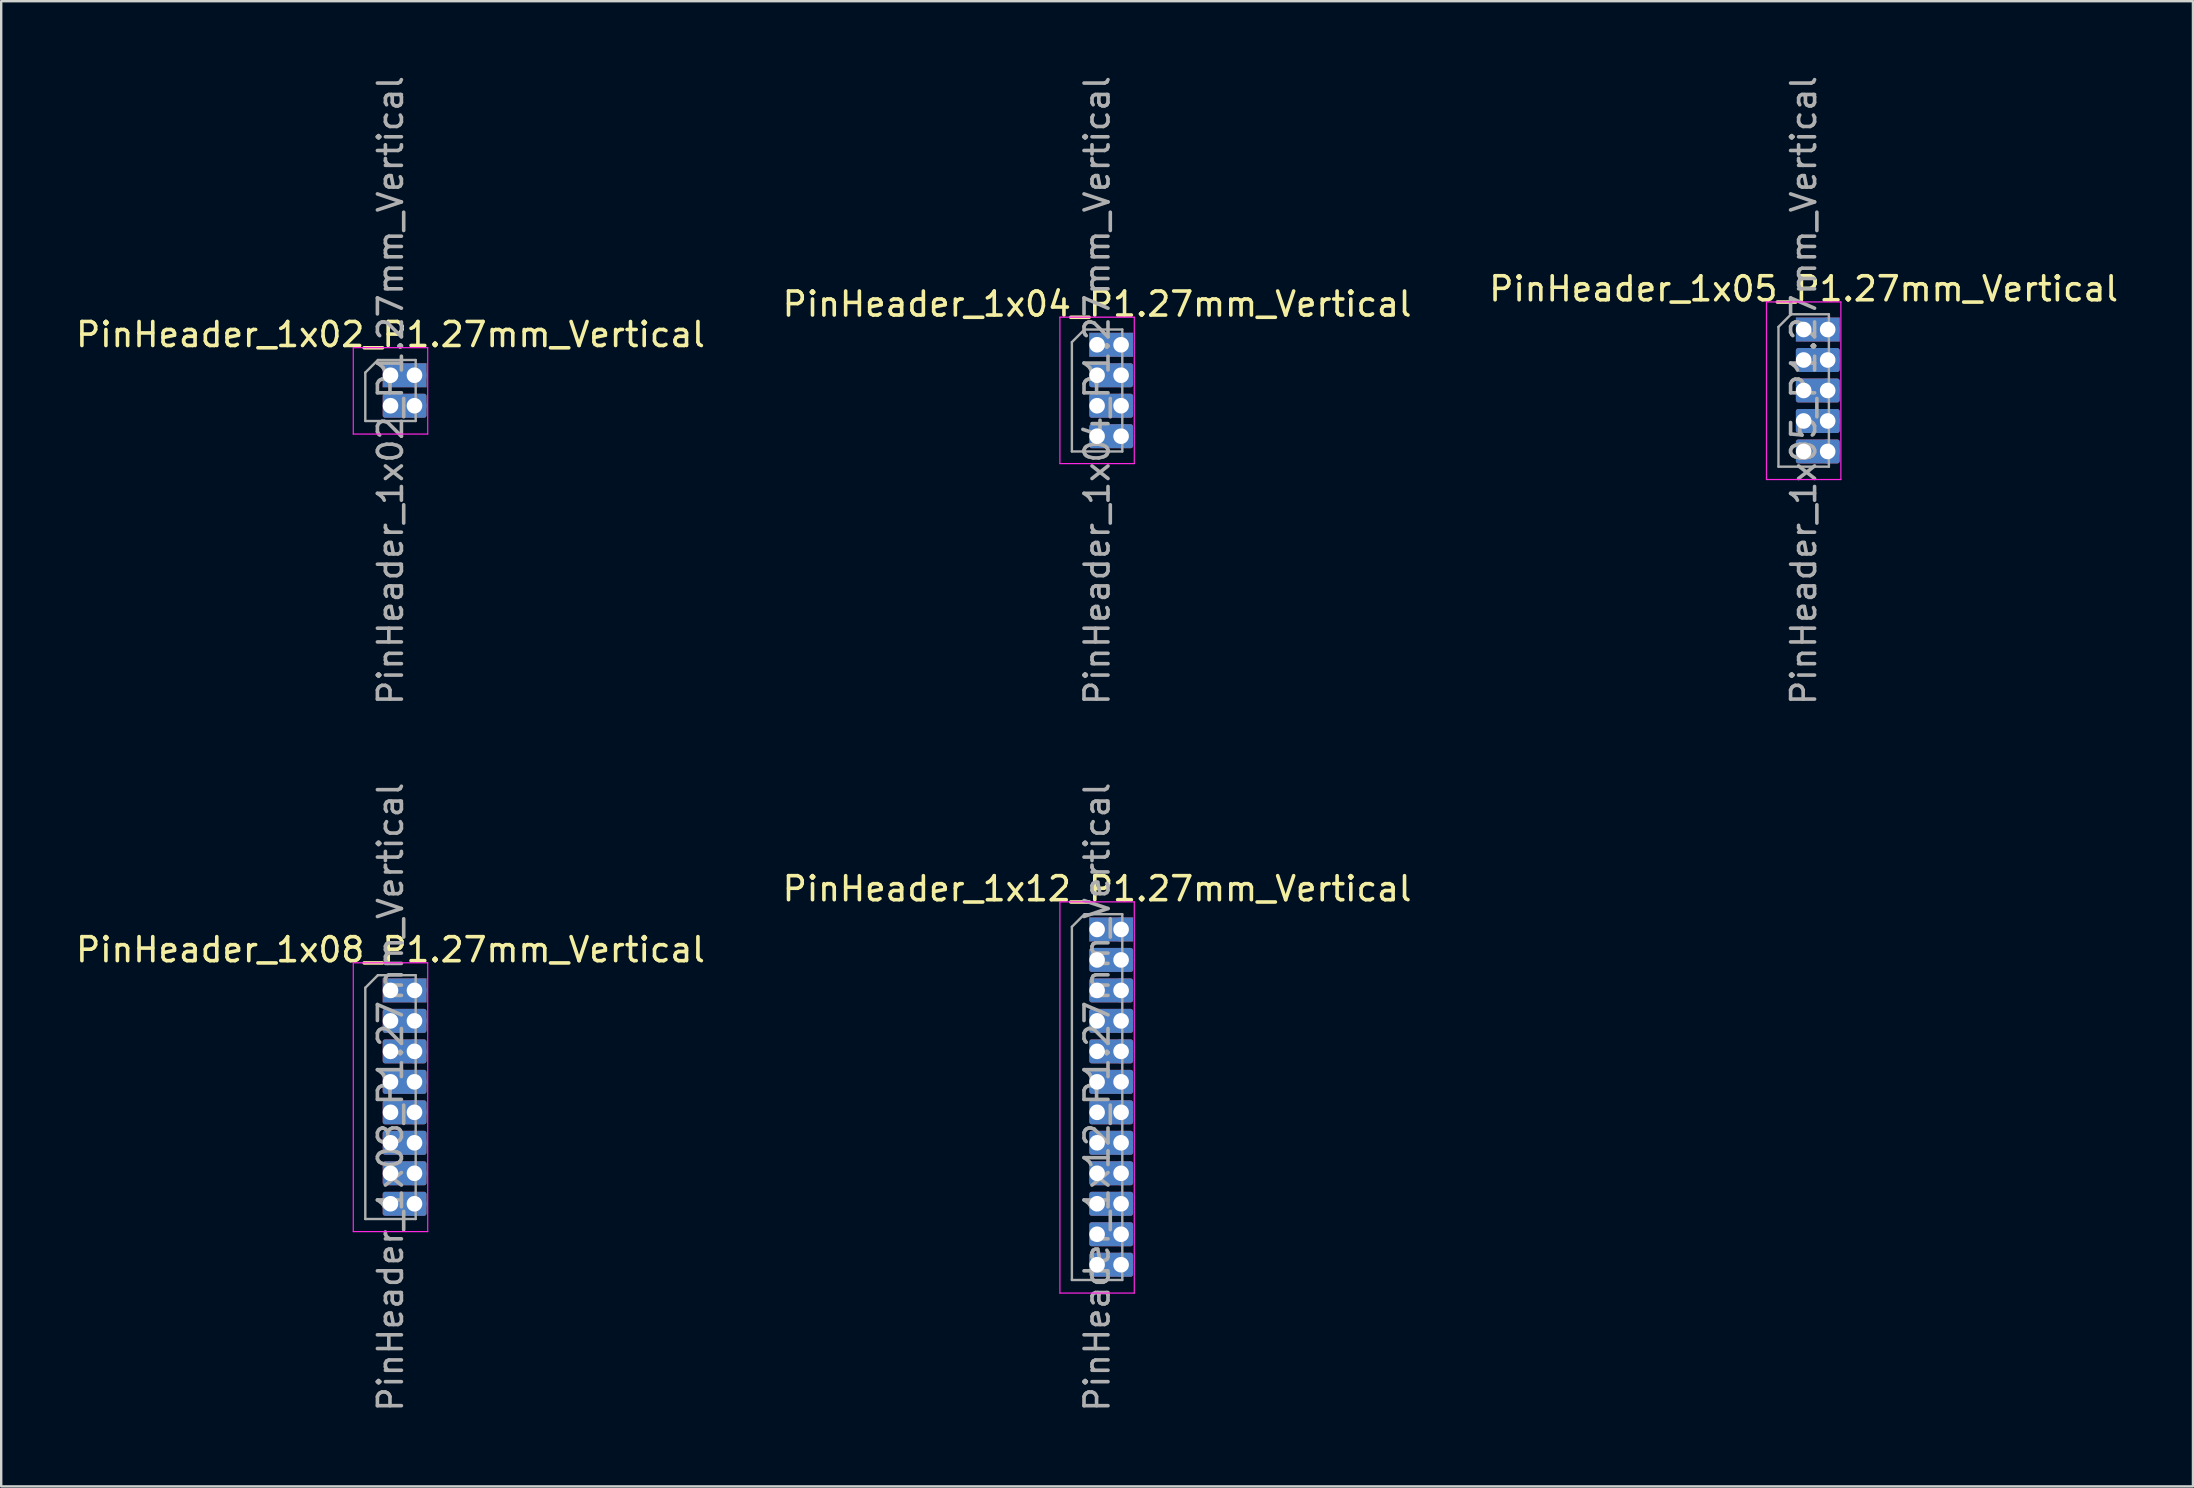
<source format=kicad_pcb>
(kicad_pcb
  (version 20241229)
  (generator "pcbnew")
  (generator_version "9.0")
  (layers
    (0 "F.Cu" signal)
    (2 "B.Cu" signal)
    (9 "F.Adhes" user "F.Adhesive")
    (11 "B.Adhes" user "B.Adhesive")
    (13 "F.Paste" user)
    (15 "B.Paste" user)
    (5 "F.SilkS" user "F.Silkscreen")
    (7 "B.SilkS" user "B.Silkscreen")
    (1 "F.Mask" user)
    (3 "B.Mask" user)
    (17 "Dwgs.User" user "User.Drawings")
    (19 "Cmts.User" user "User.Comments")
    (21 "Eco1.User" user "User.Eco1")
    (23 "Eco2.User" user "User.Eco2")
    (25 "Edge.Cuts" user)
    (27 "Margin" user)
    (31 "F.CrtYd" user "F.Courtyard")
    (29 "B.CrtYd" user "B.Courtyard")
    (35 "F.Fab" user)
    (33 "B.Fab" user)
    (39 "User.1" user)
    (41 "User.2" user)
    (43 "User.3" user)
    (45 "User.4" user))
  (footprint "PinHeader_1x05_P1.27mm_Vertical"
    (layer "F.Cu")
    (at 72.101 10.68)
    (property "Reference" "PinHeader_1x05_P1.27mm_Vertical" (at 0 -1.695 0) (layer "F.SilkS") (effects (font (size 1 1) (thickness 0.15))))
    (attr through_hole)
    (fp_line (start -1.55 -1.15) (end -1.55 6.25) (stroke (width 0.05) (type solid)) (layer "F.CrtYd"))
    (fp_line (start -1.55 6.25) (end 1.55 6.25) (stroke (width 0.05) (type solid)) (layer "F.CrtYd"))
    (fp_line (start 1.55 -1.15) (end -1.55 -1.15) (stroke (width 0.05) (type solid)) (layer "F.CrtYd"))
    (fp_line (start 1.55 6.25) (end 1.55 -1.15) (stroke (width 0.05) (type solid)) (layer "F.CrtYd"))
    (fp_line (start -1.05 -0.11) (end -0.525 -0.635) (stroke (width 0.1) (type solid)) (layer "F.Fab"))
    (fp_line (start -1.05 5.715) (end -1.05 -0.11) (stroke (width 0.1) (type solid)) (layer "F.Fab"))
    (fp_line (start -0.525 -0.635) (end 1.05 -0.635) (stroke (width 0.1) (type solid)) (layer "F.Fab"))
    (fp_line (start 1.05 -0.635) (end 1.05 5.715) (stroke (width 0.1) (type solid)) (layer "F.Fab"))
    (fp_line (start 1.05 5.715) (end -1.05 5.715) (stroke (width 0.1) (type solid)) (layer "F.Fab"))
    (fp_text user "${REFERENCE}" (at 0 2.54 90) (layer "F.Fab") (effects (font (size 1 1) (thickness 0.15))))
    (pad "1" thru_hole rect (at 0 0) (size 1.825 1) (drill 0.65 (offset 0.588 0)) (property pad_prop_castellated) (layers "*.Cu" "*.Mask"))
    (pad "1" thru_hole circle (at 1 0) (size 1 1) (drill 0.65) (layers "*.Cu" "*.Mask"))
    (pad "2" thru_hole roundrect (at 0 1.27) (size 1.825 1) (drill 0.65 (offset 0.588 0)) (property pad_prop_castellated) (layers "*.Cu" "*.Mask") (roundrect_rratio 0.1))
    (pad "2" thru_hole circle (at 1 1.27) (size 1 1) (drill 0.65) (layers "*.Cu" "*.Mask"))
    (pad "3" thru_hole roundrect (at 0 2.54) (size 1.825 1) (drill 0.65 (offset 0.588 0)) (property pad_prop_castellated) (layers "*.Cu" "*.Mask") (roundrect_rratio 0.1))
    (pad "3" thru_hole circle (at 1 2.54) (size 1 1) (drill 0.65) (layers "*.Cu" "*.Mask"))
    (pad "4" thru_hole roundrect (at 0 3.81) (size 1.825 1) (drill 0.65 (offset 0.588 0)) (property pad_prop_castellated) (layers "*.Cu" "*.Mask") (roundrect_rratio 0.1))
    (pad "4" thru_hole circle (at 1 3.81) (size 1 1) (drill 0.65) (layers "*.Cu" "*.Mask"))
    (pad "5" thru_hole roundrect (at 0 5.08) (size 1.825 1) (drill 0.65 (offset 0.588 0)) (property pad_prop_castellated) (layers "*.Cu" "*.Mask") (roundrect_rratio 0.1))
    (pad "5" thru_hole circle (at 1 5.08) (size 1 1) (drill 0.65) (layers "*.Cu" "*.Mask")))
  (footprint "PinHeader_1x08_P1.27mm_Vertical"
    (layer "F.Cu")
    (at 13.22 38.216)
    (property "Reference" "PinHeader_1x08_P1.27mm_Vertical" (at 0 -1.695 0) (layer "F.SilkS") (effects (font (size 1 1) (thickness 0.15))))
    (attr through_hole)
    (fp_line (start -1.55 -1.15) (end -1.55 10.05) (stroke (width 0.05) (type solid)) (layer "F.CrtYd"))
    (fp_line (start -1.55 10.05) (end 1.55 10.05) (stroke (width 0.05) (type solid)) (layer "F.CrtYd"))
    (fp_line (start 1.55 -1.15) (end -1.55 -1.15) (stroke (width 0.05) (type solid)) (layer "F.CrtYd"))
    (fp_line (start 1.55 10.05) (end 1.55 -1.15) (stroke (width 0.05) (type solid)) (layer "F.CrtYd"))
    (fp_line (start -1.05 -0.11) (end -0.525 -0.635) (stroke (width 0.1) (type solid)) (layer "F.Fab"))
    (fp_line (start -1.05 9.525) (end -1.05 -0.11) (stroke (width 0.1) (type solid)) (layer "F.Fab"))
    (fp_line (start -0.525 -0.635) (end 1.05 -0.635) (stroke (width 0.1) (type solid)) (layer "F.Fab"))
    (fp_line (start 1.05 -0.635) (end 1.05 9.525) (stroke (width 0.1) (type solid)) (layer "F.Fab"))
    (fp_line (start 1.05 9.525) (end -1.05 9.525) (stroke (width 0.1) (type solid)) (layer "F.Fab"))
    (fp_text user "${REFERENCE}" (at 0 4.445 90) (layer "F.Fab") (effects (font (size 1 1) (thickness 0.15))))
    (pad "1" thru_hole rect (at 0 0) (size 1.825 1) (drill 0.65 (offset 0.588 0)) (property pad_prop_castellated) (layers "*.Cu" "*.Mask"))
    (pad "1" thru_hole circle (at 1 0) (size 1 1) (drill 0.65) (layers "*.Cu" "*.Mask"))
    (pad "2" thru_hole roundrect (at 0 1.27) (size 1.825 1) (drill 0.65 (offset 0.588 0)) (property pad_prop_castellated) (layers "*.Cu" "*.Mask") (roundrect_rratio 0.1))
    (pad "2" thru_hole circle (at 1 1.27) (size 1 1) (drill 0.65) (layers "*.Cu" "*.Mask"))
    (pad "3" thru_hole roundrect (at 0 2.54) (size 1.825 1) (drill 0.65 (offset 0.588 0)) (property pad_prop_castellated) (layers "*.Cu" "*.Mask") (roundrect_rratio 0.1))
    (pad "3" thru_hole circle (at 1 2.54) (size 1 1) (drill 0.65) (layers "*.Cu" "*.Mask"))
    (pad "4" thru_hole roundrect (at 0 3.81) (size 1.825 1) (drill 0.65 (offset 0.588 0)) (property pad_prop_castellated) (layers "*.Cu" "*.Mask") (roundrect_rratio 0.1))
    (pad "4" thru_hole circle (at 1 3.81) (size 1 1) (drill 0.65) (layers "*.Cu" "*.Mask"))
    (pad "5" thru_hole roundrect (at 0 5.08) (size 1.825 1) (drill 0.65 (offset 0.588 0)) (property pad_prop_castellated) (layers "*.Cu" "*.Mask") (roundrect_rratio 0.1))
    (pad "5" thru_hole circle (at 1 5.08) (size 1 1) (drill 0.65) (layers "*.Cu" "*.Mask"))
    (pad "6" thru_hole roundrect (at 0 6.35) (size 1.825 1) (drill 0.65 (offset 0.588 0)) (property pad_prop_castellated) (layers "*.Cu" "*.Mask") (roundrect_rratio 0.1))
    (pad "6" thru_hole circle (at 1 6.35) (size 1 1) (drill 0.65) (layers "*.Cu" "*.Mask"))
    (pad "7" thru_hole roundrect (at 0 7.62) (size 1.825 1) (drill 0.65 (offset 0.588 0)) (property pad_prop_castellated) (layers "*.Cu" "*.Mask") (roundrect_rratio 0.1))
    (pad "7" thru_hole circle (at 1 7.62) (size 1 1) (drill 0.65) (layers "*.Cu" "*.Mask"))
    (pad "8" thru_hole roundrect (at 0 8.89) (size 1.825 1) (drill 0.65 (offset 0.588 0)) (property pad_prop_castellated) (layers "*.Cu" "*.Mask") (roundrect_rratio 0.1))
    (pad "8" thru_hole circle (at 1 8.89) (size 1 1) (drill 0.65) (layers "*.Cu" "*.Mask")))
  (footprint "PinHeader_1x12_P1.27mm_Vertical"
    (layer "F.Cu")
    (at 42.661 35.676)
    (property "Reference" "PinHeader_1x12_P1.27mm_Vertical" (at 0 -1.695 0) (layer "F.SilkS") (effects (font (size 1 1) (thickness 0.15))))
    (attr through_hole)
    (fp_line (start -1.55 -1.15) (end -1.55 15.15) (stroke (width 0.05) (type solid)) (layer "F.CrtYd"))
    (fp_line (start -1.55 15.15) (end 1.55 15.15) (stroke (width 0.05) (type solid)) (layer "F.CrtYd"))
    (fp_line (start 1.55 -1.15) (end -1.55 -1.15) (stroke (width 0.05) (type solid)) (layer "F.CrtYd"))
    (fp_line (start 1.55 15.15) (end 1.55 -1.15) (stroke (width 0.05) (type solid)) (layer "F.CrtYd"))
    (fp_line (start -1.05 -0.11) (end -0.525 -0.635) (stroke (width 0.1) (type solid)) (layer "F.Fab"))
    (fp_line (start -1.05 14.605) (end -1.05 -0.11) (stroke (width 0.1) (type solid)) (layer "F.Fab"))
    (fp_line (start -0.525 -0.635) (end 1.05 -0.635) (stroke (width 0.1) (type solid)) (layer "F.Fab"))
    (fp_line (start 1.05 -0.635) (end 1.05 14.605) (stroke (width 0.1) (type solid)) (layer "F.Fab"))
    (fp_line (start 1.05 14.605) (end -1.05 14.605) (stroke (width 0.1) (type solid)) (layer "F.Fab"))
    (fp_text user "${REFERENCE}" (at 0 6.985 90) (layer "F.Fab") (effects (font (size 1 1) (thickness 0.15))))
    (pad "1" thru_hole rect (at 0 0) (size 1.825 1) (drill 0.65 (offset 0.588 0)) (property pad_prop_castellated) (layers "*.Cu" "*.Mask"))
    (pad "1" thru_hole circle (at 1 0) (size 1 1) (drill 0.65) (layers "*.Cu" "*.Mask"))
    (pad "2" thru_hole roundrect (at 0 1.27) (size 1.825 1) (drill 0.65 (offset 0.588 0)) (property pad_prop_castellated) (layers "*.Cu" "*.Mask") (roundrect_rratio 0.1))
    (pad "2" thru_hole circle (at 1 1.27) (size 1 1) (drill 0.65) (layers "*.Cu" "*.Mask"))
    (pad "3" thru_hole roundrect (at 0 2.54) (size 1.825 1) (drill 0.65 (offset 0.588 0)) (property pad_prop_castellated) (layers "*.Cu" "*.Mask") (roundrect_rratio 0.1))
    (pad "3" thru_hole circle (at 1 2.54) (size 1 1) (drill 0.65) (layers "*.Cu" "*.Mask"))
    (pad "4" thru_hole roundrect (at 0 3.81) (size 1.825 1) (drill 0.65 (offset 0.588 0)) (property pad_prop_castellated) (layers "*.Cu" "*.Mask") (roundrect_rratio 0.1))
    (pad "4" thru_hole circle (at 1 3.81) (size 1 1) (drill 0.65) (layers "*.Cu" "*.Mask"))
    (pad "5" thru_hole roundrect (at 0 5.08) (size 1.825 1) (drill 0.65 (offset 0.588 0)) (property pad_prop_castellated) (layers "*.Cu" "*.Mask") (roundrect_rratio 0.1))
    (pad "5" thru_hole circle (at 1 5.08) (size 1 1) (drill 0.65) (layers "*.Cu" "*.Mask"))
    (pad "6" thru_hole roundrect (at 0 6.35) (size 1.825 1) (drill 0.65 (offset 0.588 0)) (property pad_prop_castellated) (layers "*.Cu" "*.Mask") (roundrect_rratio 0.1))
    (pad "6" thru_hole circle (at 1 6.35) (size 1 1) (drill 0.65) (layers "*.Cu" "*.Mask"))
    (pad "7" thru_hole roundrect (at 0 7.62) (size 1.825 1) (drill 0.65 (offset 0.588 0)) (property pad_prop_castellated) (layers "*.Cu" "*.Mask") (roundrect_rratio 0.1))
    (pad "7" thru_hole circle (at 1 7.62) (size 1 1) (drill 0.65) (layers "*.Cu" "*.Mask"))
    (pad "8" thru_hole roundrect (at 0 8.89) (size 1.825 1) (drill 0.65 (offset 0.588 0)) (property pad_prop_castellated) (layers "*.Cu" "*.Mask") (roundrect_rratio 0.1))
    (pad "8" thru_hole circle (at 1 8.89) (size 1 1) (drill 0.65) (layers "*.Cu" "*.Mask"))
    (pad "9" thru_hole roundrect (at 0 10.16) (size 1.825 1) (drill 0.65 (offset 0.588 0)) (property pad_prop_castellated) (layers "*.Cu" "*.Mask") (roundrect_rratio 0.1))
    (pad "9" thru_hole circle (at 1 10.16) (size 1 1) (drill 0.65) (layers "*.Cu" "*.Mask"))
    (pad "10" thru_hole roundrect (at 0 11.43) (size 1.825 1) (drill 0.65 (offset 0.588 0)) (property pad_prop_castellated) (layers "*.Cu" "*.Mask") (roundrect_rratio 0.1))
    (pad "10" thru_hole circle (at 1 11.43) (size 1 1) (drill 0.65) (layers "*.Cu" "*.Mask"))
    (pad "11" thru_hole roundrect (at 0 12.7) (size 1.825 1) (drill 0.65 (offset 0.588 0)) (property pad_prop_castellated) (layers "*.Cu" "*.Mask") (roundrect_rratio 0.1))
    (pad "11" thru_hole circle (at 1 12.7) (size 1 1) (drill 0.65) (layers "*.Cu" "*.Mask"))
    (pad "12" thru_hole roundrect (at 0 13.97) (size 1.825 1) (drill 0.65 (offset 0.588 0)) (property pad_prop_castellated) (layers "*.Cu" "*.Mask") (roundrect_rratio 0.1))
    (pad "12" thru_hole circle (at 1 13.97) (size 1 1) (drill 0.65) (layers "*.Cu" "*.Mask")))
  (footprint "PinHeader_1x02_P1.27mm_Vertical"
    (layer "F.Cu")
    (at 13.22 12.585)
    (property "Reference" "PinHeader_1x02_P1.27mm_Vertical" (at 0 -1.695 0) (layer "F.SilkS") (effects (font (size 1 1) (thickness 0.15))))
    (attr through_hole)
    (fp_line (start -1.55 -1.15) (end -1.55 2.45) (stroke (width 0.05) (type solid)) (layer "F.CrtYd"))
    (fp_line (start -1.55 2.45) (end 1.55 2.45) (stroke (width 0.05) (type solid)) (layer "F.CrtYd"))
    (fp_line (start 1.55 -1.15) (end -1.55 -1.15) (stroke (width 0.05) (type solid)) (layer "F.CrtYd"))
    (fp_line (start 1.55 2.45) (end 1.55 -1.15) (stroke (width 0.05) (type solid)) (layer "F.CrtYd"))
    (fp_line (start -1.05 -0.11) (end -0.525 -0.635) (stroke (width 0.1) (type solid)) (layer "F.Fab"))
    (fp_line (start -1.05 1.905) (end -1.05 -0.11) (stroke (width 0.1) (type solid)) (layer "F.Fab"))
    (fp_line (start -0.525 -0.635) (end 1.05 -0.635) (stroke (width 0.1) (type solid)) (layer "F.Fab"))
    (fp_line (start 1.05 -0.635) (end 1.05 1.905) (stroke (width 0.1) (type solid)) (layer "F.Fab"))
    (fp_line (start 1.05 1.905) (end -1.05 1.905) (stroke (width 0.1) (type solid)) (layer "F.Fab"))
    (fp_text user "${REFERENCE}" (at 0 0.635 90) (layer "F.Fab") (effects (font (size 1 1) (thickness 0.15))))
    (pad "1" thru_hole rect (at 0 0) (size 1.825 1) (drill 0.65 (offset 0.588 0)) (property pad_prop_castellated) (layers "*.Cu" "*.Mask"))
    (pad "1" thru_hole circle (at 1 0) (size 1 1) (drill 0.65) (layers "*.Cu" "*.Mask"))
    (pad "2" thru_hole roundrect (at 0 1.27) (size 1.825 1) (drill 0.65 (offset 0.588 0)) (property pad_prop_castellated) (layers "*.Cu" "*.Mask") (roundrect_rratio 0.1))
    (pad "2" thru_hole circle (at 1 1.27) (size 1 1) (drill 0.65) (layers "*.Cu" "*.Mask")))
  (footprint "PinHeader_1x04_P1.27mm_Vertical"
    (layer "F.Cu")
    (at 42.661 11.315)
    (property "Reference" "PinHeader_1x04_P1.27mm_Vertical" (at 0 -1.695 0) (layer "F.SilkS") (effects (font (size 1 1) (thickness 0.15))))
    (attr through_hole)
    (fp_line (start -1.55 -1.15) (end -1.55 4.95) (stroke (width 0.05) (type solid)) (layer "F.CrtYd"))
    (fp_line (start -1.55 4.95) (end 1.55 4.95) (stroke (width 0.05) (type solid)) (layer "F.CrtYd"))
    (fp_line (start 1.55 -1.15) (end -1.55 -1.15) (stroke (width 0.05) (type solid)) (layer "F.CrtYd"))
    (fp_line (start 1.55 4.95) (end 1.55 -1.15) (stroke (width 0.05) (type solid)) (layer "F.CrtYd"))
    (fp_line (start -1.05 -0.11) (end -0.525 -0.635) (stroke (width 0.1) (type solid)) (layer "F.Fab"))
    (fp_line (start -1.05 4.445) (end -1.05 -0.11) (stroke (width 0.1) (type solid)) (layer "F.Fab"))
    (fp_line (start -0.525 -0.635) (end 1.05 -0.635) (stroke (width 0.1) (type solid)) (layer "F.Fab"))
    (fp_line (start 1.05 -0.635) (end 1.05 4.445) (stroke (width 0.1) (type solid)) (layer "F.Fab"))
    (fp_line (start 1.05 4.445) (end -1.05 4.445) (stroke (width 0.1) (type solid)) (layer "F.Fab"))
    (fp_text user "${REFERENCE}" (at 0 1.905 90) (layer "F.Fab") (effects (font (size 1 1) (thickness 0.15))))
    (pad "1" thru_hole rect (at 0 0) (size 1.825 1) (drill 0.65 (offset 0.588 0)) (property pad_prop_castellated) (layers "*.Cu" "*.Mask"))
    (pad "1" thru_hole circle (at 1 0) (size 1 1) (drill 0.65) (layers "*.Cu" "*.Mask"))
    (pad "2" thru_hole roundrect (at 0 1.27) (size 1.825 1) (drill 0.65 (offset 0.588 0)) (property pad_prop_castellated) (layers "*.Cu" "*.Mask") (roundrect_rratio 0.1))
    (pad "2" thru_hole circle (at 1 1.27) (size 1 1) (drill 0.65) (layers "*.Cu" "*.Mask"))
    (pad "3" thru_hole roundrect (at 0 2.54) (size 1.825 1) (drill 0.65 (offset 0.588 0)) (property pad_prop_castellated) (layers "*.Cu" "*.Mask") (roundrect_rratio 0.1))
    (pad "3" thru_hole circle (at 1 2.54) (size 1 1) (drill 0.65) (layers "*.Cu" "*.Mask"))
    (pad "4" thru_hole roundrect (at 0 3.81) (size 1.825 1) (drill 0.65 (offset 0.588 0)) (property pad_prop_castellated) (layers "*.Cu" "*.Mask") (roundrect_rratio 0.1))
    (pad "4" thru_hole circle (at 1 3.81) (size 1 1) (drill 0.65) (layers "*.Cu" "*.Mask")))
  (gr_rect
    (start -3 -3)
    (end 88.321 58.881)
    (stroke (width 0.1) (type default))
    (fill no)
    (layer "Edge.Cuts")))
</source>
